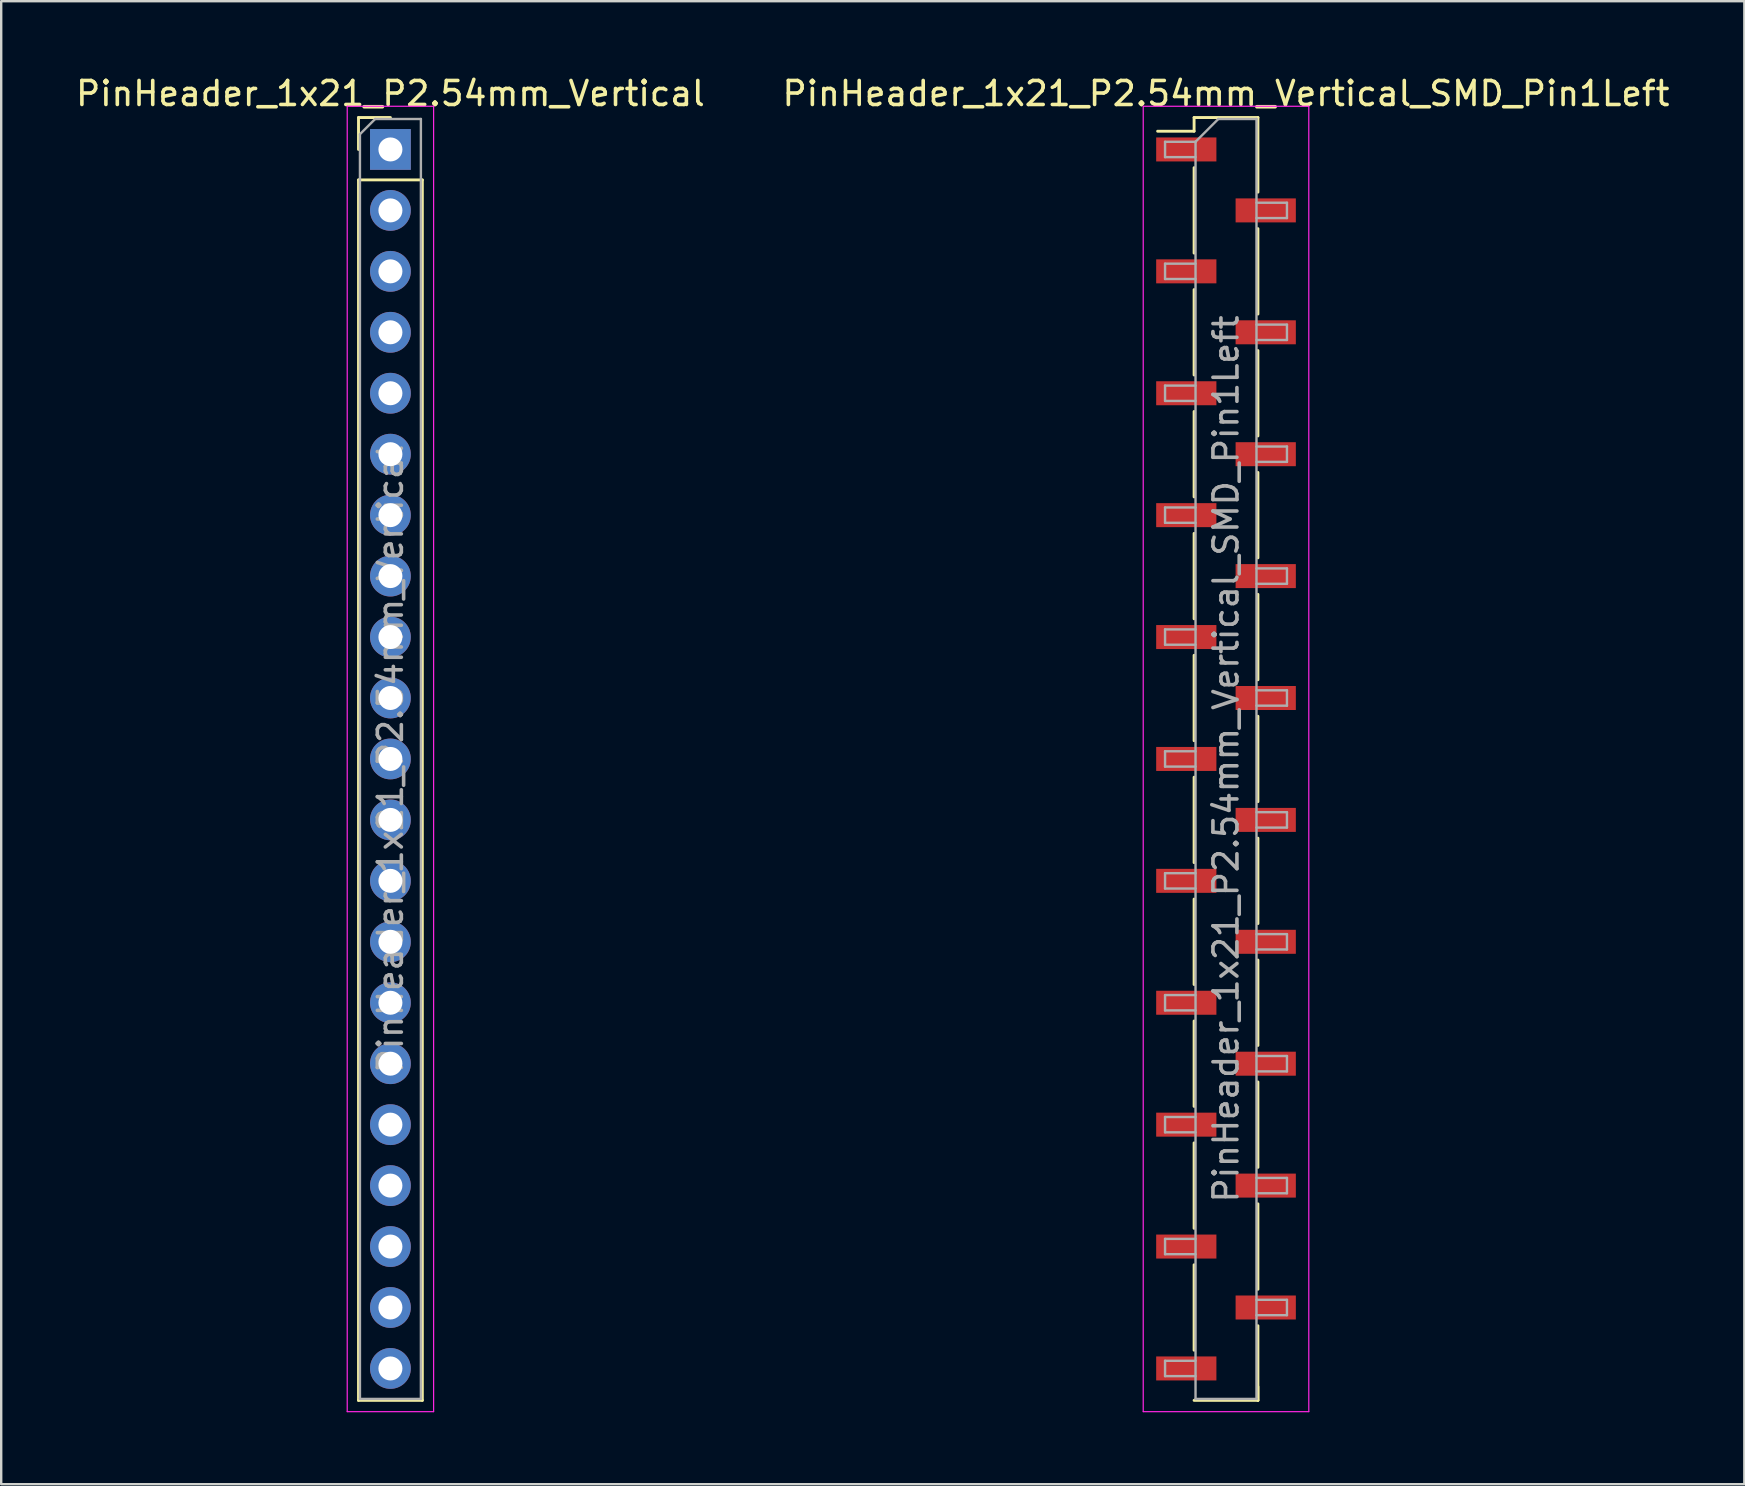
<source format=kicad_pcb>
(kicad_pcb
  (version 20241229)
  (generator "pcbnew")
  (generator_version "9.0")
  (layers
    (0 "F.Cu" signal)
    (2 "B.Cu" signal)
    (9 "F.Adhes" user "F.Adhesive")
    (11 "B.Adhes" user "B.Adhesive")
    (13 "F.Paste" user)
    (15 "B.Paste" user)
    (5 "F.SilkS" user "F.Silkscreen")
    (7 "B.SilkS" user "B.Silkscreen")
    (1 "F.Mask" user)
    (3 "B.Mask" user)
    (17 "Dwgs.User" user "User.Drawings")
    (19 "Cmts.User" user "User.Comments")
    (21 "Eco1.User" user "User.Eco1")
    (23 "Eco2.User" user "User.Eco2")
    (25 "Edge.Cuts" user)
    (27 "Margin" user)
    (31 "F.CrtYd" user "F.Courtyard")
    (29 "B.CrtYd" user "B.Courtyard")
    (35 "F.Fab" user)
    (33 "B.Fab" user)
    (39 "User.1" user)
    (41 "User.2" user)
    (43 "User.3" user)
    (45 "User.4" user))
  (footprint "PinHeader_1x21_P2.54mm_Vertical"
    (layer "F.Cu")
    (at 13.22 3.178)
    (property "Reference" "PinHeader_1x21_P2.54mm_Vertical" (at 0 -2.33 0) (layer "F.SilkS") (effects (font (size 1 1) (thickness 0.15))))
    (attr through_hole)
    (fp_line (start -1.33 -1.33) (end 0 -1.33) (stroke (width 0.12) (type solid)) (layer "F.SilkS"))
    (fp_line (start -1.33 0) (end -1.33 -1.33) (stroke (width 0.12) (type solid)) (layer "F.SilkS"))
    (fp_line (start -1.33 1.27) (end -1.33 52.13) (stroke (width 0.12) (type solid)) (layer "F.SilkS"))
    (fp_line (start -1.33 1.27) (end 1.33 1.27) (stroke (width 0.12) (type solid)) (layer "F.SilkS"))
    (fp_line (start -1.33 52.13) (end 1.33 52.13) (stroke (width 0.12) (type solid)) (layer "F.SilkS"))
    (fp_line (start 1.33 1.27) (end 1.33 52.13) (stroke (width 0.12) (type solid)) (layer "F.SilkS"))
    (fp_line (start -1.8 -1.8) (end -1.8 52.6) (stroke (width 0.05) (type solid)) (layer "F.CrtYd"))
    (fp_line (start -1.8 52.6) (end 1.8 52.6) (stroke (width 0.05) (type solid)) (layer "F.CrtYd"))
    (fp_line (start 1.8 -1.8) (end -1.8 -1.8) (stroke (width 0.05) (type solid)) (layer "F.CrtYd"))
    (fp_line (start 1.8 52.6) (end 1.8 -1.8) (stroke (width 0.05) (type solid)) (layer "F.CrtYd"))
    (fp_line (start -1.27 -0.635) (end -0.635 -1.27) (stroke (width 0.1) (type solid)) (layer "F.Fab"))
    (fp_line (start -1.27 52.07) (end -1.27 -0.635) (stroke (width 0.1) (type solid)) (layer "F.Fab"))
    (fp_line (start -0.635 -1.27) (end 1.27 -1.27) (stroke (width 0.1) (type solid)) (layer "F.Fab"))
    (fp_line (start 1.27 -1.27) (end 1.27 52.07) (stroke (width 0.1) (type solid)) (layer "F.Fab"))
    (fp_line (start 1.27 52.07) (end -1.27 52.07) (stroke (width 0.1) (type solid)) (layer "F.Fab"))
    (fp_text user "${REFERENCE}" (at 0 25.4 90) (layer "F.Fab") (effects (font (size 1 1) (thickness 0.15))))
    (pad "1" thru_hole rect (at 0 0) (size 1.7 1.7) (drill 1) (layers "*.Cu" "*.Mask"))
    (pad "2" thru_hole oval (at 0 2.54) (size 1.7 1.7) (drill 1) (layers "*.Cu" "*.Mask"))
    (pad "3" thru_hole oval (at 0 5.08) (size 1.7 1.7) (drill 1) (layers "*.Cu" "*.Mask"))
    (pad "4" thru_hole oval (at 0 7.62) (size 1.7 1.7) (drill 1) (layers "*.Cu" "*.Mask"))
    (pad "5" thru_hole oval (at 0 10.16) (size 1.7 1.7) (drill 1) (layers "*.Cu" "*.Mask"))
    (pad "6" thru_hole oval (at 0 12.7) (size 1.7 1.7) (drill 1) (layers "*.Cu" "*.Mask"))
    (pad "7" thru_hole oval (at 0 15.24) (size 1.7 1.7) (drill 1) (layers "*.Cu" "*.Mask"))
    (pad "8" thru_hole oval (at 0 17.78) (size 1.7 1.7) (drill 1) (layers "*.Cu" "*.Mask"))
    (pad "9" thru_hole oval (at 0 20.32) (size 1.7 1.7) (drill 1) (layers "*.Cu" "*.Mask"))
    (pad "10" thru_hole oval (at 0 22.86) (size 1.7 1.7) (drill 1) (layers "*.Cu" "*.Mask"))
    (pad "11" thru_hole oval (at 0 25.4) (size 1.7 1.7) (drill 1) (layers "*.Cu" "*.Mask"))
    (pad "12" thru_hole oval (at 0 27.94) (size 1.7 1.7) (drill 1) (layers "*.Cu" "*.Mask"))
    (pad "13" thru_hole oval (at 0 30.48) (size 1.7 1.7) (drill 1) (layers "*.Cu" "*.Mask"))
    (pad "14" thru_hole oval (at 0 33.02) (size 1.7 1.7) (drill 1) (layers "*.Cu" "*.Mask"))
    (pad "15" thru_hole oval (at 0 35.56) (size 1.7 1.7) (drill 1) (layers "*.Cu" "*.Mask"))
    (pad "16" thru_hole oval (at 0 38.1) (size 1.7 1.7) (drill 1) (layers "*.Cu" "*.Mask"))
    (pad "17" thru_hole oval (at 0 40.64) (size 1.7 1.7) (drill 1) (layers "*.Cu" "*.Mask"))
    (pad "18" thru_hole oval (at 0 43.18) (size 1.7 1.7) (drill 1) (layers "*.Cu" "*.Mask"))
    (pad "19" thru_hole oval (at 0 45.72) (size 1.7 1.7) (drill 1) (layers "*.Cu" "*.Mask"))
    (pad "20" thru_hole oval (at 0 48.26) (size 1.7 1.7) (drill 1) (layers "*.Cu" "*.Mask"))
    (pad "21" thru_hole oval (at 0 50.8) (size 1.7 1.7) (drill 1) (layers "*.Cu" "*.Mask")))
  (footprint "PinHeader_1x21_P2.54mm_Vertical_SMD_Pin1Left"
    (layer "F.Cu")
    (at 48.042 28.578)
    (property "Reference" "PinHeader_1x21_P2.54mm_Vertical_SMD_Pin1Left" (at 0 -27.73 0) (layer "F.SilkS") (effects (font (size 1 1) (thickness 0.15))))
    (attr smd)
    (fp_line (start -1.33 -26.73) (end -1.33 -26.16) (stroke (width 0.12) (type solid)) (layer "F.SilkS"))
    (fp_line (start -1.33 -26.73) (end 1.33 -26.73) (stroke (width 0.12) (type solid)) (layer "F.SilkS"))
    (fp_line (start -1.33 -26.16) (end -2.85 -26.16) (stroke (width 0.12) (type solid)) (layer "F.SilkS"))
    (fp_line (start -1.33 -24.64) (end -1.33 -21.08) (stroke (width 0.12) (type solid)) (layer "F.SilkS"))
    (fp_line (start -1.33 -19.56) (end -1.33 -16) (stroke (width 0.12) (type solid)) (layer "F.SilkS"))
    (fp_line (start -1.33 -14.48) (end -1.33 -10.92) (stroke (width 0.12) (type solid)) (layer "F.SilkS"))
    (fp_line (start -1.33 -9.4) (end -1.33 -5.84) (stroke (width 0.12) (type solid)) (layer "F.SilkS"))
    (fp_line (start -1.33 -4.32) (end -1.33 -0.76) (stroke (width 0.12) (type solid)) (layer "F.SilkS"))
    (fp_line (start -1.33 0.76) (end -1.33 4.32) (stroke (width 0.12) (type solid)) (layer "F.SilkS"))
    (fp_line (start -1.33 5.84) (end -1.33 9.4) (stroke (width 0.12) (type solid)) (layer "F.SilkS"))
    (fp_line (start -1.33 10.92) (end -1.33 14.48) (stroke (width 0.12) (type solid)) (layer "F.SilkS"))
    (fp_line (start -1.33 16) (end -1.33 19.56) (stroke (width 0.12) (type solid)) (layer "F.SilkS"))
    (fp_line (start -1.33 21.08) (end -1.33 24.64) (stroke (width 0.12) (type solid)) (layer "F.SilkS"))
    (fp_line (start -1.33 26.73) (end 1.33 26.73) (stroke (width 0.12) (type solid)) (layer "F.SilkS"))
    (fp_line (start 1.33 -26.73) (end 1.33 -23.62) (stroke (width 0.12) (type solid)) (layer "F.SilkS"))
    (fp_line (start 1.33 -22.1) (end 1.33 -18.54) (stroke (width 0.12) (type solid)) (layer "F.SilkS"))
    (fp_line (start 1.33 -17.02) (end 1.33 -13.46) (stroke (width 0.12) (type solid)) (layer "F.SilkS"))
    (fp_line (start 1.33 -11.94) (end 1.33 -8.38) (stroke (width 0.12) (type solid)) (layer "F.SilkS"))
    (fp_line (start 1.33 -6.86) (end 1.33 -3.3) (stroke (width 0.12) (type solid)) (layer "F.SilkS"))
    (fp_line (start 1.33 -1.78) (end 1.33 1.78) (stroke (width 0.12) (type solid)) (layer "F.SilkS"))
    (fp_line (start 1.33 3.3) (end 1.33 6.86) (stroke (width 0.12) (type solid)) (layer "F.SilkS"))
    (fp_line (start 1.33 8.38) (end 1.33 11.94) (stroke (width 0.12) (type solid)) (layer "F.SilkS"))
    (fp_line (start 1.33 13.46) (end 1.33 17.02) (stroke (width 0.12) (type solid)) (layer "F.SilkS"))
    (fp_line (start 1.33 18.54) (end 1.33 22.1) (stroke (width 0.12) (type solid)) (layer "F.SilkS"))
    (fp_line (start 1.33 23.62) (end 1.33 26.73) (stroke (width 0.12) (type solid)) (layer "F.SilkS"))
    (fp_line (start 1.33 26.16) (end 1.33 26.73) (stroke (width 0.12) (type solid)) (layer "F.SilkS"))
    (fp_line (start -3.45 -27.2) (end -3.45 27.2) (stroke (width 0.05) (type solid)) (layer "F.CrtYd"))
    (fp_line (start -3.45 27.2) (end 3.45 27.2) (stroke (width 0.05) (type solid)) (layer "F.CrtYd"))
    (fp_line (start 3.45 -27.2) (end -3.45 -27.2) (stroke (width 0.05) (type solid)) (layer "F.CrtYd"))
    (fp_line (start 3.45 27.2) (end 3.45 -27.2) (stroke (width 0.05) (type solid)) (layer "F.CrtYd"))
    (fp_line (start -2.54 -25.72) (end -2.54 -25.08) (stroke (width 0.1) (type solid)) (layer "F.Fab"))
    (fp_line (start -2.54 -25.08) (end -1.27 -25.08) (stroke (width 0.1) (type solid)) (layer "F.Fab"))
    (fp_line (start -2.54 -20.64) (end -2.54 -20) (stroke (width 0.1) (type solid)) (layer "F.Fab"))
    (fp_line (start -2.54 -20) (end -1.27 -20) (stroke (width 0.1) (type solid)) (layer "F.Fab"))
    (fp_line (start -2.54 -15.56) (end -2.54 -14.92) (stroke (width 0.1) (type solid)) (layer "F.Fab"))
    (fp_line (start -2.54 -14.92) (end -1.27 -14.92) (stroke (width 0.1) (type solid)) (layer "F.Fab"))
    (fp_line (start -2.54 -10.48) (end -2.54 -9.84) (stroke (width 0.1) (type solid)) (layer "F.Fab"))
    (fp_line (start -2.54 -9.84) (end -1.27 -9.84) (stroke (width 0.1) (type solid)) (layer "F.Fab"))
    (fp_line (start -2.54 -5.4) (end -2.54 -4.76) (stroke (width 0.1) (type solid)) (layer "F.Fab"))
    (fp_line (start -2.54 -4.76) (end -1.27 -4.76) (stroke (width 0.1) (type solid)) (layer "F.Fab"))
    (fp_line (start -2.54 -0.32) (end -2.54 0.32) (stroke (width 0.1) (type solid)) (layer "F.Fab"))
    (fp_line (start -2.54 0.32) (end -1.27 0.32) (stroke (width 0.1) (type solid)) (layer "F.Fab"))
    (fp_line (start -2.54 4.76) (end -2.54 5.4) (stroke (width 0.1) (type solid)) (layer "F.Fab"))
    (fp_line (start -2.54 5.4) (end -1.27 5.4) (stroke (width 0.1) (type solid)) (layer "F.Fab"))
    (fp_line (start -2.54 9.84) (end -2.54 10.48) (stroke (width 0.1) (type solid)) (layer "F.Fab"))
    (fp_line (start -2.54 10.48) (end -1.27 10.48) (stroke (width 0.1) (type solid)) (layer "F.Fab"))
    (fp_line (start -2.54 14.92) (end -2.54 15.56) (stroke (width 0.1) (type solid)) (layer "F.Fab"))
    (fp_line (start -2.54 15.56) (end -1.27 15.56) (stroke (width 0.1) (type solid)) (layer "F.Fab"))
    (fp_line (start -2.54 20) (end -2.54 20.64) (stroke (width 0.1) (type solid)) (layer "F.Fab"))
    (fp_line (start -2.54 20.64) (end -1.27 20.64) (stroke (width 0.1) (type solid)) (layer "F.Fab"))
    (fp_line (start -2.54 25.08) (end -2.54 25.72) (stroke (width 0.1) (type solid)) (layer "F.Fab"))
    (fp_line (start -2.54 25.72) (end -1.27 25.72) (stroke (width 0.1) (type solid)) (layer "F.Fab"))
    (fp_line (start -1.27 -25.72) (end -2.54 -25.72) (stroke (width 0.1) (type solid)) (layer "F.Fab"))
    (fp_line (start -1.27 -25.72) (end -0.32 -26.67) (stroke (width 0.1) (type solid)) (layer "F.Fab"))
    (fp_line (start -1.27 -20.64) (end -2.54 -20.64) (stroke (width 0.1) (type solid)) (layer "F.Fab"))
    (fp_line (start -1.27 -15.56) (end -2.54 -15.56) (stroke (width 0.1) (type solid)) (layer "F.Fab"))
    (fp_line (start -1.27 -10.48) (end -2.54 -10.48) (stroke (width 0.1) (type solid)) (layer "F.Fab"))
    (fp_line (start -1.27 -5.4) (end -2.54 -5.4) (stroke (width 0.1) (type solid)) (layer "F.Fab"))
    (fp_line (start -1.27 -0.32) (end -2.54 -0.32) (stroke (width 0.1) (type solid)) (layer "F.Fab"))
    (fp_line (start -1.27 4.76) (end -2.54 4.76) (stroke (width 0.1) (type solid)) (layer "F.Fab"))
    (fp_line (start -1.27 9.84) (end -2.54 9.84) (stroke (width 0.1) (type solid)) (layer "F.Fab"))
    (fp_line (start -1.27 14.92) (end -2.54 14.92) (stroke (width 0.1) (type solid)) (layer "F.Fab"))
    (fp_line (start -1.27 20) (end -2.54 20) (stroke (width 0.1) (type solid)) (layer "F.Fab"))
    (fp_line (start -1.27 25.08) (end -2.54 25.08) (stroke (width 0.1) (type solid)) (layer "F.Fab"))
    (fp_line (start -1.27 26.67) (end -1.27 -25.72) (stroke (width 0.1) (type solid)) (layer "F.Fab"))
    (fp_line (start -0.32 -26.67) (end 1.27 -26.67) (stroke (width 0.1) (type solid)) (layer "F.Fab"))
    (fp_line (start 1.27 -26.67) (end 1.27 26.67) (stroke (width 0.1) (type solid)) (layer "F.Fab"))
    (fp_line (start 1.27 -23.18) (end 2.54 -23.18) (stroke (width 0.1) (type solid)) (layer "F.Fab"))
    (fp_line (start 1.27 -18.1) (end 2.54 -18.1) (stroke (width 0.1) (type solid)) (layer "F.Fab"))
    (fp_line (start 1.27 -13.02) (end 2.54 -13.02) (stroke (width 0.1) (type solid)) (layer "F.Fab"))
    (fp_line (start 1.27 -7.94) (end 2.54 -7.94) (stroke (width 0.1) (type solid)) (layer "F.Fab"))
    (fp_line (start 1.27 -2.86) (end 2.54 -2.86) (stroke (width 0.1) (type solid)) (layer "F.Fab"))
    (fp_line (start 1.27 2.22) (end 2.54 2.22) (stroke (width 0.1) (type solid)) (layer "F.Fab"))
    (fp_line (start 1.27 7.3) (end 2.54 7.3) (stroke (width 0.1) (type solid)) (layer "F.Fab"))
    (fp_line (start 1.27 12.38) (end 2.54 12.38) (stroke (width 0.1) (type solid)) (layer "F.Fab"))
    (fp_line (start 1.27 17.46) (end 2.54 17.46) (stroke (width 0.1) (type solid)) (layer "F.Fab"))
    (fp_line (start 1.27 22.54) (end 2.54 22.54) (stroke (width 0.1) (type solid)) (layer "F.Fab"))
    (fp_line (start 1.27 26.67) (end -1.27 26.67) (stroke (width 0.1) (type solid)) (layer "F.Fab"))
    (fp_line (start 2.54 -23.18) (end 2.54 -22.54) (stroke (width 0.1) (type solid)) (layer "F.Fab"))
    (fp_line (start 2.54 -22.54) (end 1.27 -22.54) (stroke (width 0.1) (type solid)) (layer "F.Fab"))
    (fp_line (start 2.54 -18.1) (end 2.54 -17.46) (stroke (width 0.1) (type solid)) (layer "F.Fab"))
    (fp_line (start 2.54 -17.46) (end 1.27 -17.46) (stroke (width 0.1) (type solid)) (layer "F.Fab"))
    (fp_line (start 2.54 -13.02) (end 2.54 -12.38) (stroke (width 0.1) (type solid)) (layer "F.Fab"))
    (fp_line (start 2.54 -12.38) (end 1.27 -12.38) (stroke (width 0.1) (type solid)) (layer "F.Fab"))
    (fp_line (start 2.54 -7.94) (end 2.54 -7.3) (stroke (width 0.1) (type solid)) (layer "F.Fab"))
    (fp_line (start 2.54 -7.3) (end 1.27 -7.3) (stroke (width 0.1) (type solid)) (layer "F.Fab"))
    (fp_line (start 2.54 -2.86) (end 2.54 -2.22) (stroke (width 0.1) (type solid)) (layer "F.Fab"))
    (fp_line (start 2.54 -2.22) (end 1.27 -2.22) (stroke (width 0.1) (type solid)) (layer "F.Fab"))
    (fp_line (start 2.54 2.22) (end 2.54 2.86) (stroke (width 0.1) (type solid)) (layer "F.Fab"))
    (fp_line (start 2.54 2.86) (end 1.27 2.86) (stroke (width 0.1) (type solid)) (layer "F.Fab"))
    (fp_line (start 2.54 7.3) (end 2.54 7.94) (stroke (width 0.1) (type solid)) (layer "F.Fab"))
    (fp_line (start 2.54 7.94) (end 1.27 7.94) (stroke (width 0.1) (type solid)) (layer "F.Fab"))
    (fp_line (start 2.54 12.38) (end 2.54 13.02) (stroke (width 0.1) (type solid)) (layer "F.Fab"))
    (fp_line (start 2.54 13.02) (end 1.27 13.02) (stroke (width 0.1) (type solid)) (layer "F.Fab"))
    (fp_line (start 2.54 17.46) (end 2.54 18.1) (stroke (width 0.1) (type solid)) (layer "F.Fab"))
    (fp_line (start 2.54 18.1) (end 1.27 18.1) (stroke (width 0.1) (type solid)) (layer "F.Fab"))
    (fp_line (start 2.54 22.54) (end 2.54 23.18) (stroke (width 0.1) (type solid)) (layer "F.Fab"))
    (fp_line (start 2.54 23.18) (end 1.27 23.18) (stroke (width 0.1) (type solid)) (layer "F.Fab"))
    (fp_text user "${REFERENCE}" (at 0 0 90) (layer "F.Fab") (effects (font (size 1 1) (thickness 0.15))))
    (pad "1" smd rect (at -1.655 -25.4) (size 2.51 1) (layers "F.Cu" "F.Mask" "F.Paste"))
    (pad "2" smd rect (at 1.655 -22.86) (size 2.51 1) (layers "F.Cu" "F.Mask" "F.Paste"))
    (pad "3" smd rect (at -1.655 -20.32) (size 2.51 1) (layers "F.Cu" "F.Mask" "F.Paste"))
    (pad "4" smd rect (at 1.655 -17.78) (size 2.51 1) (layers "F.Cu" "F.Mask" "F.Paste"))
    (pad "5" smd rect (at -1.655 -15.24) (size 2.51 1) (layers "F.Cu" "F.Mask" "F.Paste"))
    (pad "6" smd rect (at 1.655 -12.7) (size 2.51 1) (layers "F.Cu" "F.Mask" "F.Paste"))
    (pad "7" smd rect (at -1.655 -10.16) (size 2.51 1) (layers "F.Cu" "F.Mask" "F.Paste"))
    (pad "8" smd rect (at 1.655 -7.62) (size 2.51 1) (layers "F.Cu" "F.Mask" "F.Paste"))
    (pad "9" smd rect (at -1.655 -5.08) (size 2.51 1) (layers "F.Cu" "F.Mask" "F.Paste"))
    (pad "10" smd rect (at 1.655 -2.54) (size 2.51 1) (layers "F.Cu" "F.Mask" "F.Paste"))
    (pad "11" smd rect (at -1.655 0) (size 2.51 1) (layers "F.Cu" "F.Mask" "F.Paste"))
    (pad "12" smd rect (at 1.655 2.54) (size 2.51 1) (layers "F.Cu" "F.Mask" "F.Paste"))
    (pad "13" smd rect (at -1.655 5.08) (size 2.51 1) (layers "F.Cu" "F.Mask" "F.Paste"))
    (pad "14" smd rect (at 1.655 7.62) (size 2.51 1) (layers "F.Cu" "F.Mask" "F.Paste"))
    (pad "15" smd rect (at -1.655 10.16) (size 2.51 1) (layers "F.Cu" "F.Mask" "F.Paste"))
    (pad "16" smd rect (at 1.655 12.7) (size 2.51 1) (layers "F.Cu" "F.Mask" "F.Paste"))
    (pad "17" smd rect (at -1.655 15.24) (size 2.51 1) (layers "F.Cu" "F.Mask" "F.Paste"))
    (pad "18" smd rect (at 1.655 17.78) (size 2.51 1) (layers "F.Cu" "F.Mask" "F.Paste"))
    (pad "19" smd rect (at -1.655 20.32) (size 2.51 1) (layers "F.Cu" "F.Mask" "F.Paste"))
    (pad "20" smd rect (at 1.655 22.86) (size 2.51 1) (layers "F.Cu" "F.Mask" "F.Paste"))
    (pad "21" smd rect (at -1.655 25.4) (size 2.51 1) (layers "F.Cu" "F.Mask" "F.Paste")))
  (gr_rect
    (start -3 -3)
    (end 69.643 58.803)
    (stroke (width 0.1) (type default))
    (fill no)
    (layer "Edge.Cuts")))
</source>
